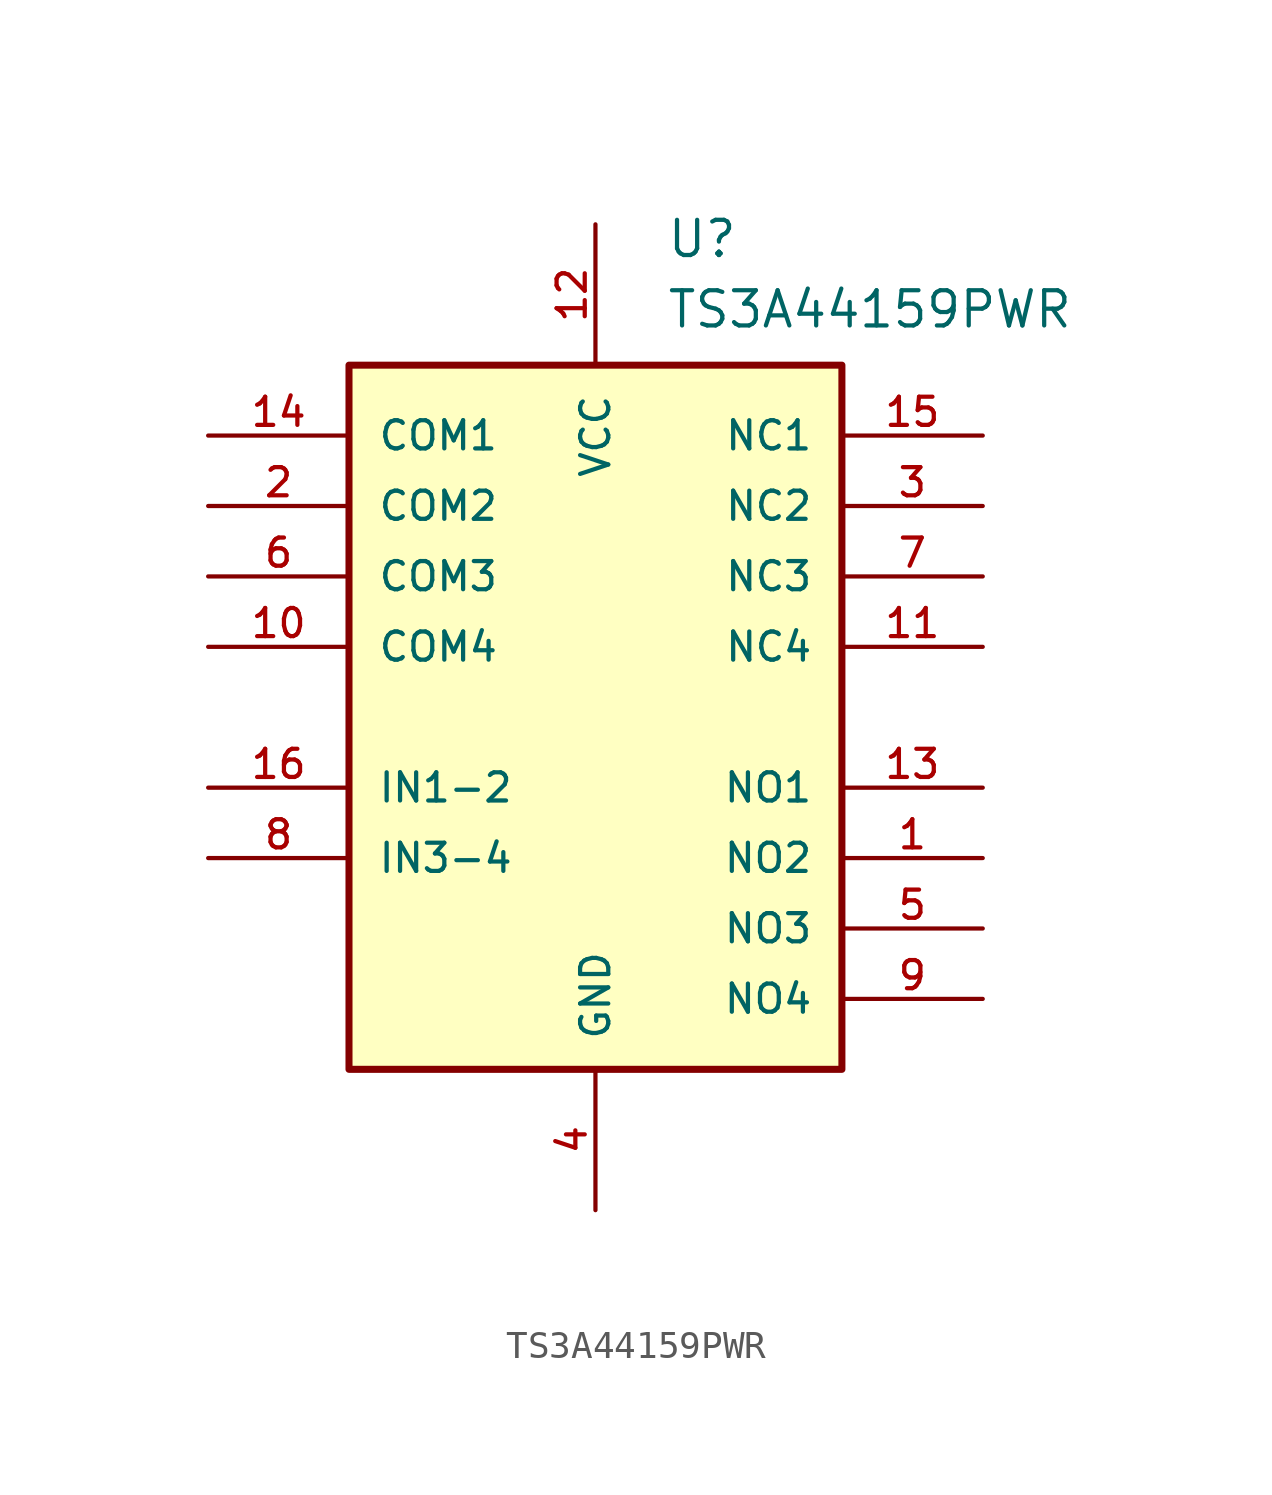
<source format=kicad_sym>
(kicad_symbol_lib
  (version 20241209)
  (generator "kicad_symbol_editor")
  (generator_version "9.0")
  (symbol "TS3A44159PWR"
    (pin_names
      (offset 1.016))
    (property "Reference" "U"
      (at 16.51 6.35 0)
      (effects (font (size 1.27 1.27)) (justify left bottom)))
    (property "Value" "TS3A44159PWR"
      (at 16.51 3.81 0)
      (effects (font (size 1.27 1.27)) (justify left bottom)))
    (symbol "TS3A44159PWR_0_0"
      (rectangle (start 5.08 2.54) (end 22.86 -22.86) (stroke (width 0.254) (type default)) (fill (type background)))
      (pin bidirectional line (at 0 0 0) (length 5.08) (name "COM1" (effects (font (size 1.016 1.016)))) (number "14" (effects (font (size 1.016 1.016)))))
      (pin bidirectional line (at 0 -2.54 0) (length 5.08) (name "COM2" (effects (font (size 1.016 1.016)))) (number "2" (effects (font (size 1.016 1.016)))))
      (pin bidirectional line (at 0 -5.08 0) (length 5.08) (name "COM3" (effects (font (size 1.016 1.016)))) (number "6" (effects (font (size 1.016 1.016)))))
      (pin bidirectional line (at 0 -7.62 0) (length 5.08) (name "COM4" (effects (font (size 1.016 1.016)))) (number "10" (effects (font (size 1.016 1.016)))))
      (pin input line (at 0 -12.7 0) (length 5.08) (name "IN1-2" (effects (font (size 1.016 1.016)))) (number "16" (effects (font (size 1.016 1.016)))))
      (pin input line (at 0 -15.24 0) (length 5.08) (name "IN3-4" (effects (font (size 1.016 1.016)))) (number "8" (effects (font (size 1.016 1.016)))))
      (pin power_in line (at 13.97 7.62 270) (length 5.08) (name "VCC" (effects (font (size 1.016 1.016)))) (number "12" (effects (font (size 1.016 1.016)))))
      (pin power_in line (at 13.97 -27.94 90) (length 5.08) (name "GND" (effects (font (size 1.016 1.016)))) (number "4" (effects (font (size 1.016 1.016)))))
      (pin bidirectional line (at 27.94 0 180) (length 5.08) (name "NC1" (effects (font (size 1.016 1.016)))) (number "15" (effects (font (size 1.016 1.016)))))
      (pin bidirectional line (at 27.94 -2.54 180) (length 5.08) (name "NC2" (effects (font (size 1.016 1.016)))) (number "3" (effects (font (size 1.016 1.016)))))
      (pin bidirectional line (at 27.94 -5.08 180) (length 5.08) (name "NC3" (effects (font (size 1.016 1.016)))) (number "7" (effects (font (size 1.016 1.016)))))
      (pin bidirectional line (at 27.94 -7.62 180) (length 5.08) (name "NC4" (effects (font (size 1.016 1.016)))) (number "11" (effects (font (size 1.016 1.016)))))
      (pin bidirectional line (at 27.94 -12.7 180) (length 5.08) (name "NO1" (effects (font (size 1.016 1.016)))) (number "13" (effects (font (size 1.016 1.016)))))
      (pin bidirectional line (at 27.94 -15.24 180) (length 5.08) (name "NO2" (effects (font (size 1.016 1.016)))) (number "1" (effects (font (size 1.016 1.016)))))
      (pin bidirectional line (at 27.94 -17.78 180) (length 5.08) (name "NO3" (effects (font (size 1.016 1.016)))) (number "5" (effects (font (size 1.016 1.016)))))
      (pin bidirectional line (at 27.94 -20.32 180) (length 5.08) (name "NO4" (effects (font (size 1.016 1.016)))) (number "9" (effects (font (size 1.016 1.016))))))))
</source>
